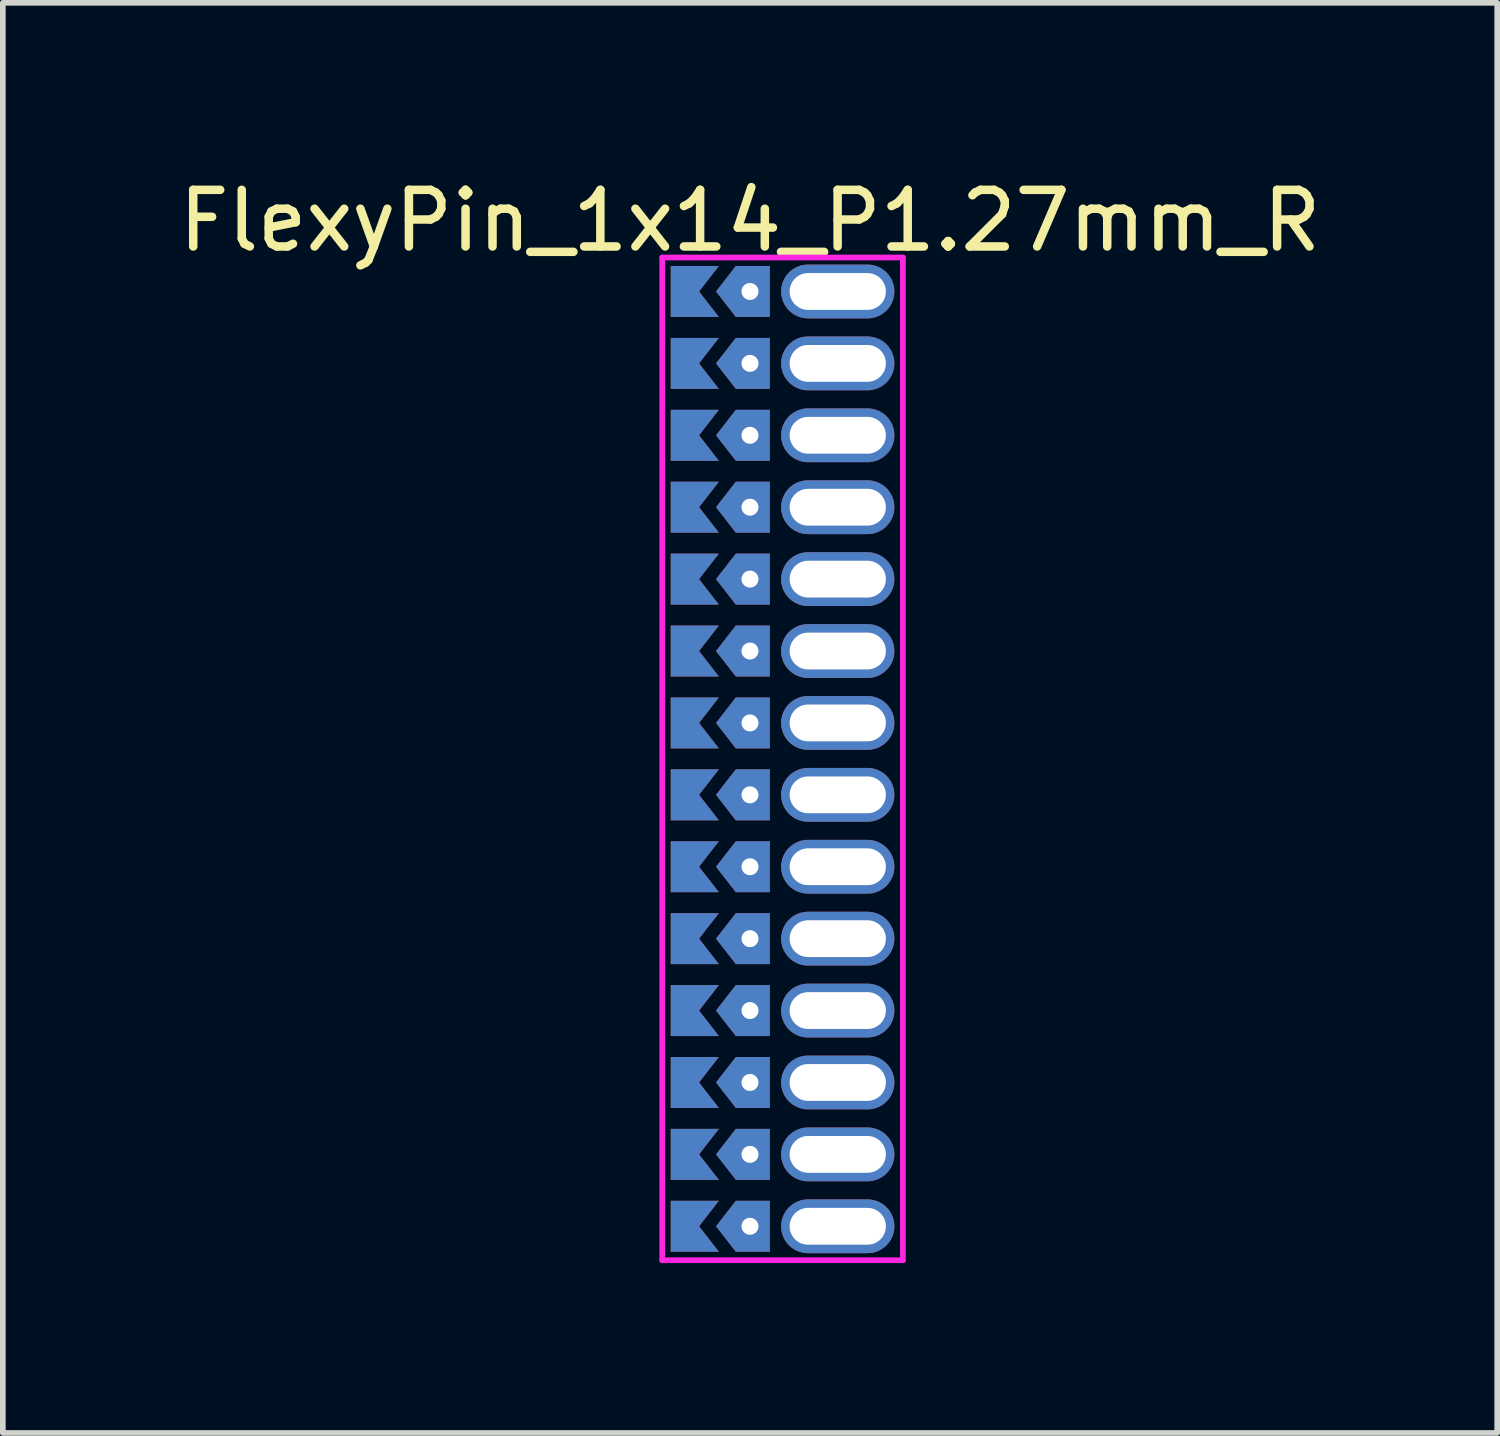
<source format=kicad_pcb>
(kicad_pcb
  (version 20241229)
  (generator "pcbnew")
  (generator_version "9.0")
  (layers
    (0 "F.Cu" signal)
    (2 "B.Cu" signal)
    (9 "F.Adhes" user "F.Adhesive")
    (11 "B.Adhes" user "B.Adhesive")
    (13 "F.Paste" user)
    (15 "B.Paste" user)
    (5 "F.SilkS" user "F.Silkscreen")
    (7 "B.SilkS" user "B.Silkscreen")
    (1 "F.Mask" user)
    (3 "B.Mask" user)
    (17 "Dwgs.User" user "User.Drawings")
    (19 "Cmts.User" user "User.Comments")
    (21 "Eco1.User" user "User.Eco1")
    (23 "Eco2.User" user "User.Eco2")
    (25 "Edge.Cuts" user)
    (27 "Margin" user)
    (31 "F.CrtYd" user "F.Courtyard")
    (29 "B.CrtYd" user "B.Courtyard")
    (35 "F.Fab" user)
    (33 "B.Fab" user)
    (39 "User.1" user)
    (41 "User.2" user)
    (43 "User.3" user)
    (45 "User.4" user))
  (footprint "FlexyPin_1x14_P1.27mm_R"
    (layer "F.Cu")
    (at 10.196 2.098)
    (property "Reference" "FlexyPin_1x14_P1.27mm_R" (at 0 -1.25 0) (layer "F.SilkS") (effects (font (size 1 1) (thickness 0.15))))
    (attr through_hole)
    (fp_line (start -1.55 -0.6) (end 2.7 -0.6) (stroke (width 0.1) (type solid)) (layer "F.CrtYd"))
    (fp_line (start -1.55 17.11) (end -1.55 -0.6) (stroke (width 0.1) (type solid)) (layer "F.CrtYd"))
    (fp_line (start 2.7 -0.6) (end 2.7 17.11) (stroke (width 0.1) (type solid)) (layer "F.CrtYd"))
    (fp_line (start 2.7 17.11) (end -1.55 17.11) (stroke (width 0.1) (type solid)) (layer "F.CrtYd"))
    (pad "" thru_hole custom (at 0 0) (size 0.3 0.3) (drill 0.6) (layers "*.Cu" "*.Mask") (options (anchor rect)) (primitives (gr_poly (pts (xy 0.35 0.45) (xy 0.35 -0.45) (xy -0.25 -0.45) (xy -0.6 0) (xy -0.25 0.45)) (width 0) (fill yes))))
    (pad "" thru_hole custom (at 0 1.27) (size 0.3 0.3) (drill 0.6) (layers "*.Cu" "*.Mask") (options (anchor rect)) (primitives (gr_poly (pts (xy 0.35 0.45) (xy 0.35 -0.45) (xy -0.25 -0.45) (xy -0.6 0) (xy -0.25 0.45)) (width 0) (fill yes))))
    (pad "" thru_hole custom (at 0 2.54) (size 0.3 0.3) (drill 0.6) (layers "*.Cu" "*.Mask") (options (anchor rect)) (primitives (gr_poly (pts (xy 0.35 0.45) (xy 0.35 -0.45) (xy -0.25 -0.45) (xy -0.6 0) (xy -0.25 0.45)) (width 0) (fill yes))))
    (pad "" thru_hole custom (at 0 3.81) (size 0.3 0.3) (drill 0.6) (layers "*.Cu" "*.Mask") (options (anchor rect)) (primitives (gr_poly (pts (xy 0.35 0.45) (xy 0.35 -0.45) (xy -0.25 -0.45) (xy -0.6 0) (xy -0.25 0.45)) (width 0) (fill yes))))
    (pad "" thru_hole custom (at 0 5.08) (size 0.3 0.3) (drill 0.6) (layers "*.Cu" "*.Mask") (options (anchor rect)) (primitives (gr_poly (pts (xy 0.35 0.45) (xy 0.35 -0.45) (xy -0.25 -0.45) (xy -0.6 0) (xy -0.25 0.45)) (width 0) (fill yes))))
    (pad "" thru_hole custom (at 0 6.35) (size 0.3 0.3) (drill 0.6) (layers "*.Cu" "*.Mask") (options (anchor rect)) (primitives (gr_poly (pts (xy 0.35 0.45) (xy 0.35 -0.45) (xy -0.25 -0.45) (xy -0.6 0) (xy -0.25 0.45)) (width 0) (fill yes))))
    (pad "" thru_hole custom (at 0 7.62) (size 0.3 0.3) (drill 0.6) (layers "*.Cu" "*.Mask") (options (anchor rect)) (primitives (gr_poly (pts (xy 0.35 0.45) (xy 0.35 -0.45) (xy -0.25 -0.45) (xy -0.6 0) (xy -0.25 0.45)) (width 0) (fill yes))))
    (pad "" thru_hole custom (at 0 8.89) (size 0.3 0.3) (drill 0.6) (layers "*.Cu" "*.Mask") (options (anchor rect)) (primitives (gr_poly (pts (xy 0.35 0.45) (xy 0.35 -0.45) (xy -0.25 -0.45) (xy -0.6 0) (xy -0.25 0.45)) (width 0) (fill yes))))
    (pad "" thru_hole custom (at 0 10.16) (size 0.3 0.3) (drill 0.6) (layers "*.Cu" "*.Mask") (options (anchor rect)) (primitives (gr_poly (pts (xy 0.35 0.45) (xy 0.35 -0.45) (xy -0.25 -0.45) (xy -0.6 0) (xy -0.25 0.45)) (width 0) (fill yes))))
    (pad "" thru_hole custom (at 0 11.43) (size 0.3 0.3) (drill 0.6) (layers "*.Cu" "*.Mask") (options (anchor rect)) (primitives (gr_poly (pts (xy 0.35 0.45) (xy 0.35 -0.45) (xy -0.25 -0.45) (xy -0.6 0) (xy -0.25 0.45)) (width 0) (fill yes))))
    (pad "" thru_hole custom (at 0 12.7) (size 0.3 0.3) (drill 0.6) (layers "*.Cu" "*.Mask") (options (anchor rect)) (primitives (gr_poly (pts (xy 0.35 0.45) (xy 0.35 -0.45) (xy -0.25 -0.45) (xy -0.6 0) (xy -0.25 0.45)) (width 0) (fill yes))))
    (pad "" thru_hole custom (at 0 13.97) (size 0.3 0.3) (drill 0.6) (layers "*.Cu" "*.Mask") (options (anchor rect)) (primitives (gr_poly (pts (xy 0.35 0.45) (xy 0.35 -0.45) (xy -0.25 -0.45) (xy -0.6 0) (xy -0.25 0.45)) (width 0) (fill yes))))
    (pad "" thru_hole custom (at 0 15.24) (size 0.3 0.3) (drill 0.6) (layers "*.Cu" "*.Mask") (options (anchor rect)) (primitives (gr_poly (pts (xy 0.35 0.45) (xy 0.35 -0.45) (xy -0.25 -0.45) (xy -0.6 0) (xy -0.25 0.45)) (width 0) (fill yes))))
    (pad "" thru_hole custom (at 0 16.51) (size 0.3 0.3) (drill 0.6) (layers "*.Cu" "*.Mask") (options (anchor rect)) (primitives (gr_poly (pts (xy 0.35 0.45) (xy 0.35 -0.45) (xy -0.25 -0.45) (xy -0.6 0) (xy -0.25 0.45)) (width 0) (fill yes))))
    (pad "" thru_hole oval (at 1.55 0) (size 2 0.95) (drill oval 1.7 0.65) (layers "*.Cu" "*.Mask"))
    (pad "" thru_hole oval (at 1.55 1.27) (size 2 0.95) (drill oval 1.7 0.65) (layers "*.Cu" "*.Mask"))
    (pad "" thru_hole oval (at 1.55 2.54) (size 2 0.95) (drill oval 1.7 0.65) (layers "*.Cu" "*.Mask"))
    (pad "" thru_hole oval (at 1.55 3.81) (size 2 0.95) (drill oval 1.7 0.65) (layers "*.Cu" "*.Mask"))
    (pad "" thru_hole oval (at 1.55 5.08) (size 2 0.95) (drill oval 1.7 0.65) (layers "*.Cu" "*.Mask"))
    (pad "" thru_hole oval (at 1.55 6.35) (size 2 0.95) (drill oval 1.7 0.65) (layers "*.Cu" "*.Mask"))
    (pad "" thru_hole oval (at 1.55 7.62) (size 2 0.95) (drill oval 1.7 0.65) (layers "*.Cu" "*.Mask"))
    (pad "" thru_hole oval (at 1.55 8.89) (size 2 0.95) (drill oval 1.7 0.65) (layers "*.Cu" "*.Mask"))
    (pad "" thru_hole oval (at 1.55 10.16) (size 2 0.95) (drill oval 1.7 0.65) (layers "*.Cu" "*.Mask"))
    (pad "" thru_hole oval (at 1.55 11.43) (size 2 0.95) (drill oval 1.7 0.65) (layers "*.Cu" "*.Mask"))
    (pad "" thru_hole oval (at 1.55 12.7) (size 2 0.95) (drill oval 1.7 0.65) (layers "*.Cu" "*.Mask"))
    (pad "" thru_hole oval (at 1.55 13.97) (size 2 0.95) (drill oval 1.7 0.65) (layers "*.Cu" "*.Mask"))
    (pad "" thru_hole oval (at 1.55 15.24) (size 2 0.95) (drill oval 1.7 0.65) (layers "*.Cu" "*.Mask"))
    (pad "" thru_hole oval (at 1.55 16.51) (size 2 0.95) (drill oval 1.7 0.65) (layers "*.Cu" "*.Mask"))
    (pad "1" smd custom (at -0.9 0) (size 0.01 0.01) (layers "F.Cu" "F.Mask") (options (anchor rect)) (primitives (gr_poly (pts (xy 0 0) (xy 0.35 0.45) (xy -0.5 0.45) (xy -0.5 -0.45) (xy 0.35 -0.45)) (width 0) (fill yes))))
    (pad "2" smd custom (at -0.9 1.27) (size 0.01 0.01) (layers "F.Cu" "F.Mask") (options (anchor rect)) (primitives (gr_poly (pts (xy 0 0) (xy 0.35 0.45) (xy -0.5 0.45) (xy -0.5 -0.45) (xy 0.35 -0.45)) (width 0) (fill yes))))
    (pad "3" smd custom (at -0.9 2.54) (size 0.01 0.01) (layers "F.Cu" "F.Mask") (options (anchor rect)) (primitives (gr_poly (pts (xy 0 0) (xy 0.35 0.45) (xy -0.5 0.45) (xy -0.5 -0.45) (xy 0.35 -0.45)) (width 0) (fill yes))))
    (pad "4" smd custom (at -0.9 3.81) (size 0.01 0.01) (layers "F.Cu" "F.Mask") (options (anchor rect)) (primitives (gr_poly (pts (xy 0 0) (xy 0.35 0.45) (xy -0.5 0.45) (xy -0.5 -0.45) (xy 0.35 -0.45)) (width 0) (fill yes))))
    (pad "5" smd custom (at -0.9 5.08) (size 0.01 0.01) (layers "F.Cu" "F.Mask") (options (anchor rect)) (primitives (gr_poly (pts (xy 0 0) (xy 0.35 0.45) (xy -0.5 0.45) (xy -0.5 -0.45) (xy 0.35 -0.45)) (width 0) (fill yes))))
    (pad "6" smd custom (at -0.9 6.35) (size 0.01 0.01) (layers "F.Cu" "F.Mask") (options (anchor rect)) (primitives (gr_poly (pts (xy 0 0) (xy 0.35 0.45) (xy -0.5 0.45) (xy -0.5 -0.45) (xy 0.35 -0.45)) (width 0) (fill yes))))
    (pad "7" smd custom (at -0.9 7.62) (size 0.01 0.01) (layers "F.Cu" "F.Mask") (options (anchor rect)) (primitives (gr_poly (pts (xy 0 0) (xy 0.35 0.45) (xy -0.5 0.45) (xy -0.5 -0.45) (xy 0.35 -0.45)) (width 0) (fill yes))))
    (pad "8" smd custom (at -0.9 8.89) (size 0.01 0.01) (layers "F.Cu" "F.Mask") (options (anchor rect)) (primitives (gr_poly (pts (xy 0 0) (xy 0.35 0.45) (xy -0.5 0.45) (xy -0.5 -0.45) (xy 0.35 -0.45)) (width 0) (fill yes))))
    (pad "9" smd custom (at -0.9 10.16) (size 0.01 0.01) (layers "F.Cu" "F.Mask") (options (anchor rect)) (primitives (gr_poly (pts (xy 0 0) (xy 0.35 0.45) (xy -0.5 0.45) (xy -0.5 -0.45) (xy 0.35 -0.45)) (width 0) (fill yes))))
    (pad "10" smd custom (at -0.9 11.43) (size 0.01 0.01) (layers "F.Cu" "F.Mask") (options (anchor rect)) (primitives (gr_poly (pts (xy 0 0) (xy 0.35 0.45) (xy -0.5 0.45) (xy -0.5 -0.45) (xy 0.35 -0.45)) (width 0) (fill yes))))
    (pad "11" smd custom (at -0.9 12.7) (size 0.01 0.01) (layers "F.Cu" "F.Mask") (options (anchor rect)) (primitives (gr_poly (pts (xy 0 0) (xy 0.35 0.45) (xy -0.5 0.45) (xy -0.5 -0.45) (xy 0.35 -0.45)) (width 0) (fill yes))))
    (pad "12" smd custom (at -0.9 13.97) (size 0.01 0.01) (layers "F.Cu" "F.Mask") (options (anchor rect)) (primitives (gr_poly (pts (xy 0 0) (xy 0.35 0.45) (xy -0.5 0.45) (xy -0.5 -0.45) (xy 0.35 -0.45)) (width 0) (fill yes))))
    (pad "13" smd custom (at -0.9 15.24) (size 0.01 0.01) (layers "F.Cu" "F.Mask") (options (anchor rect)) (primitives (gr_poly (pts (xy 0 0) (xy 0.35 0.45) (xy -0.5 0.45) (xy -0.5 -0.45) (xy 0.35 -0.45)) (width 0) (fill yes))))
    (pad "14" smd custom (at -0.9 16.51) (size 0.01 0.01) (layers "F.Cu" "F.Mask") (options (anchor rect)) (primitives (gr_poly (pts (xy 0 0) (xy 0.35 0.45) (xy -0.5 0.45) (xy -0.5 -0.45) (xy 0.35 -0.45)) (width 0) (fill yes))))
    (pad "15" smd custom (at -0.9 0) (size 0.01 0.01) (layers "B.Cu" "B.Mask") (options (anchor rect)) (primitives (gr_poly (pts (xy 0 0) (xy 0.35 0.45) (xy -0.5 0.45) (xy -0.5 -0.45) (xy 0.35 -0.45)) (width 0) (fill yes))))
    (pad "16" smd custom (at -0.9 1.27) (size 0.01 0.01) (layers "B.Cu" "B.Mask") (options (anchor rect)) (primitives (gr_poly (pts (xy 0 0) (xy 0.35 0.45) (xy -0.5 0.45) (xy -0.5 -0.45) (xy 0.35 -0.45)) (width 0) (fill yes))))
    (pad "17" smd custom (at -0.9 2.54) (size 0.01 0.01) (layers "B.Cu" "B.Mask") (options (anchor rect)) (primitives (gr_poly (pts (xy 0 0) (xy 0.35 0.45) (xy -0.5 0.45) (xy -0.5 -0.45) (xy 0.35 -0.45)) (width 0) (fill yes))))
    (pad "18" smd custom (at -0.9 3.81) (size 0.01 0.01) (layers "B.Cu" "B.Mask") (options (anchor rect)) (primitives (gr_poly (pts (xy 0 0) (xy 0.35 0.45) (xy -0.5 0.45) (xy -0.5 -0.45) (xy 0.35 -0.45)) (width 0) (fill yes))))
    (pad "19" smd custom (at -0.9 5.08) (size 0.01 0.01) (layers "B.Cu" "B.Mask") (options (anchor rect)) (primitives (gr_poly (pts (xy 0 0) (xy 0.35 0.45) (xy -0.5 0.45) (xy -0.5 -0.45) (xy 0.35 -0.45)) (width 0) (fill yes))))
    (pad "20" smd custom (at -0.9 6.35) (size 0.01 0.01) (layers "B.Cu" "B.Mask") (options (anchor rect)) (primitives (gr_poly (pts (xy 0 0) (xy 0.35 0.45) (xy -0.5 0.45) (xy -0.5 -0.45) (xy 0.35 -0.45)) (width 0) (fill yes))))
    (pad "21" smd custom (at -0.9 7.62) (size 0.01 0.01) (layers "B.Cu" "B.Mask") (options (anchor rect)) (primitives (gr_poly (pts (xy 0 0) (xy 0.35 0.45) (xy -0.5 0.45) (xy -0.5 -0.45) (xy 0.35 -0.45)) (width 0) (fill yes))))
    (pad "22" smd custom (at -0.9 8.89) (size 0.01 0.01) (layers "B.Cu" "B.Mask") (options (anchor rect)) (primitives (gr_poly (pts (xy 0 0) (xy 0.35 0.45) (xy -0.5 0.45) (xy -0.5 -0.45) (xy 0.35 -0.45)) (width 0) (fill yes))))
    (pad "23" smd custom (at -0.9 10.16) (size 0.01 0.01) (layers "B.Cu" "B.Mask") (options (anchor rect)) (primitives (gr_poly (pts (xy 0 0) (xy 0.35 0.45) (xy -0.5 0.45) (xy -0.5 -0.45) (xy 0.35 -0.45)) (width 0) (fill yes))))
    (pad "24" smd custom (at -0.9 11.43) (size 0.01 0.01) (layers "B.Cu" "B.Mask") (options (anchor rect)) (primitives (gr_poly (pts (xy 0 0) (xy 0.35 0.45) (xy -0.5 0.45) (xy -0.5 -0.45) (xy 0.35 -0.45)) (width 0) (fill yes))))
    (pad "25" smd custom (at -0.9 12.7) (size 0.01 0.01) (layers "B.Cu" "B.Mask") (options (anchor rect)) (primitives (gr_poly (pts (xy 0 0) (xy 0.35 0.45) (xy -0.5 0.45) (xy -0.5 -0.45) (xy 0.35 -0.45)) (width 0) (fill yes))))
    (pad "26" smd custom (at -0.9 13.97) (size 0.01 0.01) (layers "B.Cu" "B.Mask") (options (anchor rect)) (primitives (gr_poly (pts (xy 0 0) (xy 0.35 0.45) (xy -0.5 0.45) (xy -0.5 -0.45) (xy 0.35 -0.45)) (width 0) (fill yes))))
    (pad "27" smd custom (at -0.9 15.24) (size 0.01 0.01) (layers "B.Cu" "B.Mask") (options (anchor rect)) (primitives (gr_poly (pts (xy 0 0) (xy 0.35 0.45) (xy -0.5 0.45) (xy -0.5 -0.45) (xy 0.35 -0.45)) (width 0) (fill yes))))
    (pad "28" smd custom (at -0.9 16.51) (size 0.01 0.01) (layers "B.Cu" "B.Mask") (options (anchor rect)) (primitives (gr_poly (pts (xy 0 0) (xy 0.35 0.45) (xy -0.5 0.45) (xy -0.5 -0.45) (xy 0.35 -0.45)) (width 0) (fill yes)))))
  (gr_rect
    (start -3 -3)
    (end 23.393 22.258)
    (stroke (width 0.1) (type default))
    (fill no)
    (layer "Edge.Cuts")))
</source>
